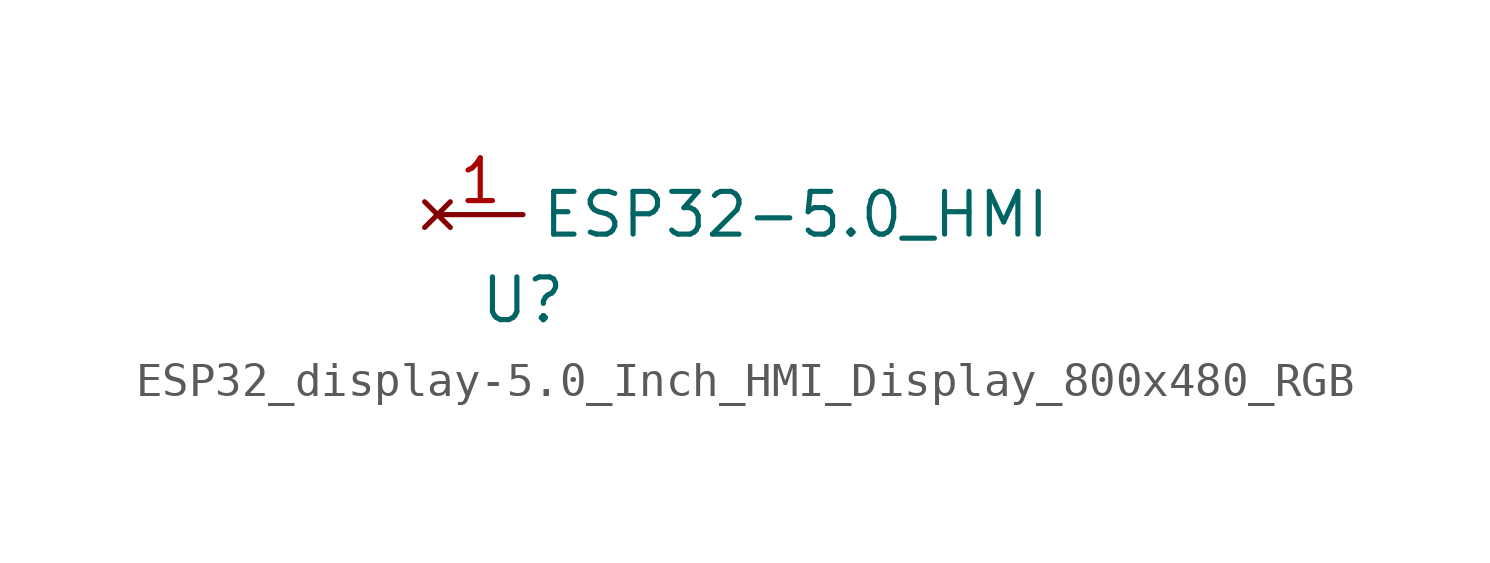
<source format=kicad_sym>
(kicad_symbol_lib
  (version 20220914)
  (generator kicad_symbol_editor)
  (symbol "ESP32_display-5.0_Inch_HMI_Display_800x480_RGB"
    (property "Reference" "U"
      (at 0 0 0)
      (effects (font (size 1.27 1.27))))
    (property "Value" ""
      (at 0 0 0)
      (effects (font (size 1.27 1.27))))
    (symbol "ESP32_display-5.0_Inch_HMI_Display_800x480_RGB_1_1"
      (pin no_connect line (at -2.54 2.54 0) (length 2.54) (name "ESP32-5.0_HMI" (effects (font (size 1.27 1.27)))) (number "1" (effects (font (size 1.27 1.27))))))))
</source>
